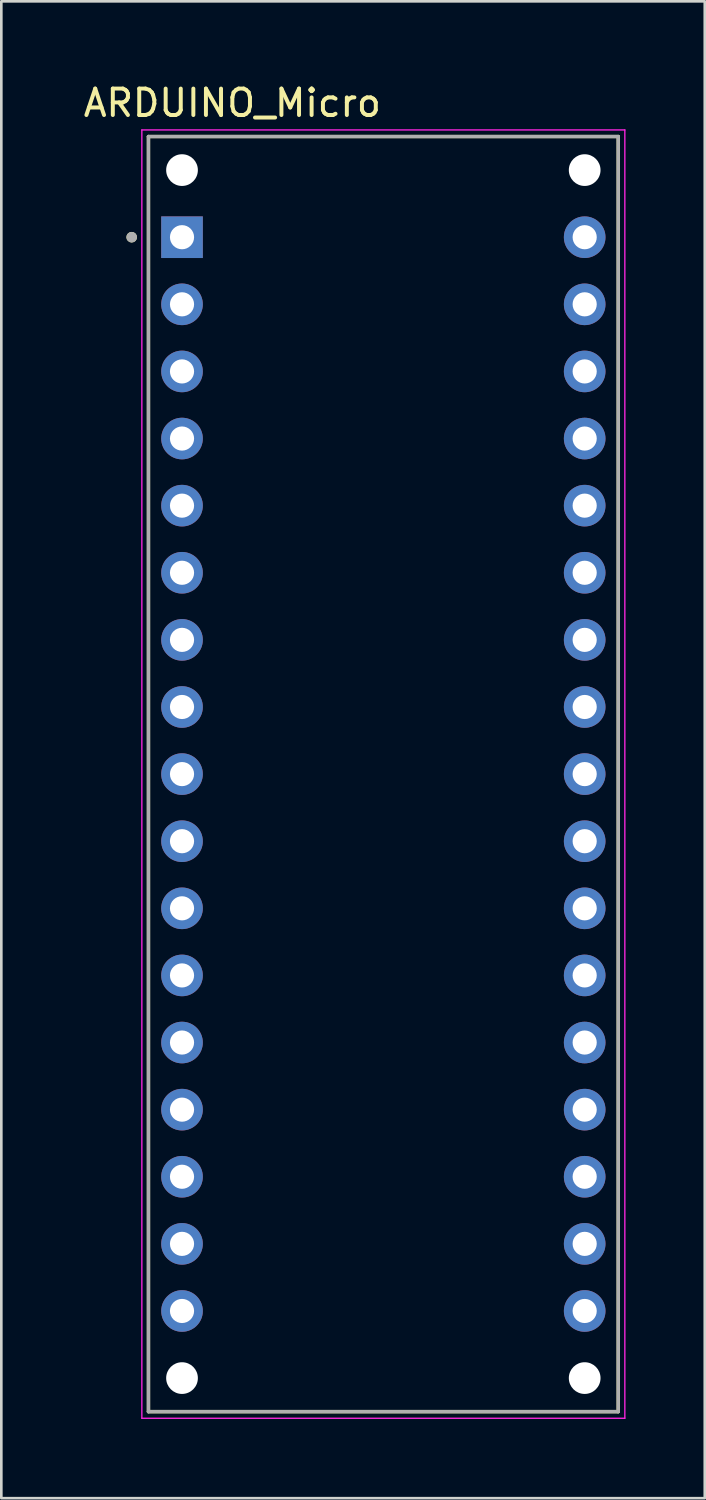
<source format=kicad_pcb>
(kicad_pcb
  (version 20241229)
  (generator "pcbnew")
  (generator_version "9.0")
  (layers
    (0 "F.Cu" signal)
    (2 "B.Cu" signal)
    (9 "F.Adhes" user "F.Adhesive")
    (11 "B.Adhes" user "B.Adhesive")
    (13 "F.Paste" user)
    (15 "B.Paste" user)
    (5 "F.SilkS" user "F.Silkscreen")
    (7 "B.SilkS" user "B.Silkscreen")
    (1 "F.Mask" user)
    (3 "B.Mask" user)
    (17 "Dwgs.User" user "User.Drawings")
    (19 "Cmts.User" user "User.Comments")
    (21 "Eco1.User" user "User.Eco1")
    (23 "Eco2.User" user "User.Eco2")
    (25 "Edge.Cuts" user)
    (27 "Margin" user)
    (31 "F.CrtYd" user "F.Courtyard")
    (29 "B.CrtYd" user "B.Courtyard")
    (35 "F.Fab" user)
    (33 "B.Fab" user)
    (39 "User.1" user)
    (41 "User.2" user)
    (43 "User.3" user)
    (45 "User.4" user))
  (footprint "ARDUINO_Micro"
    (layer "F.Cu")
    (at 11.459 26.248)
    (property "Reference" "ARDUINO_Micro" (at -5.715 -25.4 0) (layer "F.SilkS") (effects (font (size 1 1) (thickness 0.15))))
    (attr through_hole)
    (fp_line (start -8.89 -24.13) (end 8.89 -24.13) (stroke (width 0.127) (type solid)) (layer "F.SilkS"))
    (fp_line (start -8.89 24.13) (end -8.89 -24.13) (stroke (width 0.127) (type solid)) (layer "F.SilkS"))
    (fp_line (start -8.89 24.13) (end 8.89 24.13) (stroke (width 0.127) (type solid)) (layer "F.SilkS"))
    (fp_line (start 8.89 24.13) (end 8.89 -24.13) (stroke (width 0.127) (type solid)) (layer "F.SilkS"))
    (fp_circle (center -9.525 -20.32) (end -9.425 -20.32) (stroke (width 0.2) (type solid)) (fill no) (layer "F.SilkS"))
    (fp_line (start -9.14 -24.38) (end 9.14 -24.38) (stroke (width 0.05) (type solid)) (layer "F.CrtYd"))
    (fp_line (start -9.14 24.38) (end -9.14 -24.38) (stroke (width 0.05) (type solid)) (layer "F.CrtYd"))
    (fp_line (start -9.14 24.38) (end 9.14 24.38) (stroke (width 0.05) (type solid)) (layer "F.CrtYd"))
    (fp_line (start 9.14 24.38) (end 9.14 -24.38) (stroke (width 0.05) (type solid)) (layer "F.CrtYd"))
    (fp_line (start -8.89 -24.13) (end 8.89 -24.13) (stroke (width 0.127) (type solid)) (layer "F.Fab"))
    (fp_line (start -8.89 24.13) (end -8.89 -24.13) (stroke (width 0.127) (type solid)) (layer "F.Fab"))
    (fp_line (start -8.89 24.13) (end 8.89 24.13) (stroke (width 0.127) (type solid)) (layer "F.Fab"))
    (fp_line (start 8.89 24.13) (end 8.89 -24.13) (stroke (width 0.127) (type solid)) (layer "F.Fab"))
    (fp_circle (center -9.525 -20.32) (end -9.425 -20.32) (stroke (width 0.2) (type solid)) (fill no) (layer "F.Fab"))
    (pad "" np_thru_hole circle (at -7.62 -22.86) (size 1.2 1.2) (drill 1.2) (layers "*.Cu" "*.Mask"))
    (pad "" np_thru_hole circle (at -7.62 22.86) (size 1.2 1.2) (drill 1.2) (layers "*.Cu" "*.Mask"))
    (pad "" np_thru_hole circle (at 7.62 -22.86) (size 1.2 1.2) (drill 1.2) (layers "*.Cu" "*.Mask"))
    (pad "" np_thru_hole circle (at 7.62 22.86) (size 1.2 1.2) (drill 1.2) (layers "*.Cu" "*.Mask"))
    (pad "1" thru_hole rect (at -7.62 -20.32) (size 1.575 1.575) (drill 0.914) (layers "*.Cu" "*.Mask"))
    (pad "2" thru_hole circle (at -7.62 -17.78) (size 1.575 1.575) (drill 0.914) (layers "*.Cu" "*.Mask"))
    (pad "3" thru_hole circle (at -7.62 -15.24) (size 1.575 1.575) (drill 0.914) (layers "*.Cu" "*.Mask"))
    (pad "4" thru_hole circle (at -7.62 -12.7) (size 1.575 1.575) (drill 0.914) (layers "*.Cu" "*.Mask"))
    (pad "5" thru_hole circle (at -7.62 -10.16) (size 1.575 1.575) (drill 0.914) (layers "*.Cu" "*.Mask"))
    (pad "6" thru_hole circle (at -7.62 -7.62) (size 1.575 1.575) (drill 0.914) (layers "*.Cu" "*.Mask"))
    (pad "7" thru_hole circle (at -7.62 -5.08) (size 1.575 1.575) (drill 0.914) (layers "*.Cu" "*.Mask"))
    (pad "8" thru_hole circle (at -7.62 -2.54) (size 1.575 1.575) (drill 0.914) (layers "*.Cu" "*.Mask"))
    (pad "9" thru_hole circle (at -7.62 0) (size 1.575 1.575) (drill 0.914) (layers "*.Cu" "*.Mask"))
    (pad "10" thru_hole circle (at -7.62 2.54) (size 1.575 1.575) (drill 0.914) (layers "*.Cu" "*.Mask"))
    (pad "11" thru_hole circle (at -7.62 5.08) (size 1.575 1.575) (drill 0.914) (layers "*.Cu" "*.Mask"))
    (pad "12" thru_hole circle (at -7.62 7.62) (size 1.575 1.575) (drill 0.914) (layers "*.Cu" "*.Mask"))
    (pad "13" thru_hole circle (at -7.62 10.16) (size 1.575 1.575) (drill 0.914) (layers "*.Cu" "*.Mask"))
    (pad "14" thru_hole circle (at -7.62 12.7) (size 1.575 1.575) (drill 0.914) (layers "*.Cu" "*.Mask"))
    (pad "15" thru_hole circle (at -7.62 15.24) (size 1.575 1.575) (drill 0.914) (layers "*.Cu" "*.Mask"))
    (pad "16" thru_hole circle (at -7.62 17.78) (size 1.575 1.575) (drill 0.914) (layers "*.Cu" "*.Mask"))
    (pad "17" thru_hole circle (at -7.62 20.32) (size 1.575 1.575) (drill 0.914) (layers "*.Cu" "*.Mask"))
    (pad "18" thru_hole circle (at 7.62 20.32) (size 1.575 1.575) (drill 0.914) (layers "*.Cu" "*.Mask"))
    (pad "19" thru_hole circle (at 7.62 17.78) (size 1.575 1.575) (drill 0.914) (layers "*.Cu" "*.Mask"))
    (pad "20" thru_hole circle (at 7.62 15.24) (size 1.575 1.575) (drill 0.914) (layers "*.Cu" "*.Mask"))
    (pad "21" thru_hole circle (at 7.62 12.7) (size 1.575 1.575) (drill 0.914) (layers "*.Cu" "*.Mask"))
    (pad "22" thru_hole circle (at 7.62 10.16) (size 1.575 1.575) (drill 0.914) (layers "*.Cu" "*.Mask"))
    (pad "23" thru_hole circle (at 7.62 7.62) (size 1.575 1.575) (drill 0.914) (layers "*.Cu" "*.Mask"))
    (pad "24" thru_hole circle (at 7.62 5.08) (size 1.575 1.575) (drill 0.914) (layers "*.Cu" "*.Mask"))
    (pad "25" thru_hole circle (at 7.62 2.54) (size 1.575 1.575) (drill 0.914) (layers "*.Cu" "*.Mask"))
    (pad "26" thru_hole circle (at 7.62 0) (size 1.575 1.575) (drill 0.914) (layers "*.Cu" "*.Mask"))
    (pad "27" thru_hole circle (at 7.62 -2.54) (size 1.575 1.575) (drill 0.914) (layers "*.Cu" "*.Mask"))
    (pad "28" thru_hole circle (at 7.62 -5.08) (size 1.575 1.575) (drill 0.914) (layers "*.Cu" "*.Mask"))
    (pad "29" thru_hole circle (at 7.62 -7.62) (size 1.575 1.575) (drill 0.914) (layers "*.Cu" "*.Mask"))
    (pad "30" thru_hole circle (at 7.62 -10.16) (size 1.575 1.575) (drill 0.914) (layers "*.Cu" "*.Mask"))
    (pad "31" thru_hole circle (at 7.62 -12.7) (size 1.575 1.575) (drill 0.914) (layers "*.Cu" "*.Mask"))
    (pad "32" thru_hole circle (at 7.62 -15.24) (size 1.575 1.575) (drill 0.914) (layers "*.Cu" "*.Mask"))
    (pad "33" thru_hole circle (at 7.62 -17.78) (size 1.575 1.575) (drill 0.914) (layers "*.Cu" "*.Mask"))
    (pad "34" thru_hole circle (at 7.62 -20.32) (size 1.575 1.575) (drill 0.914) (layers "*.Cu" "*.Mask")))
  (gr_rect
    (start -3 -3)
    (end 23.624 53.653)
    (stroke (width 0.1) (type default))
    (fill no)
    (layer "Edge.Cuts")))
</source>
